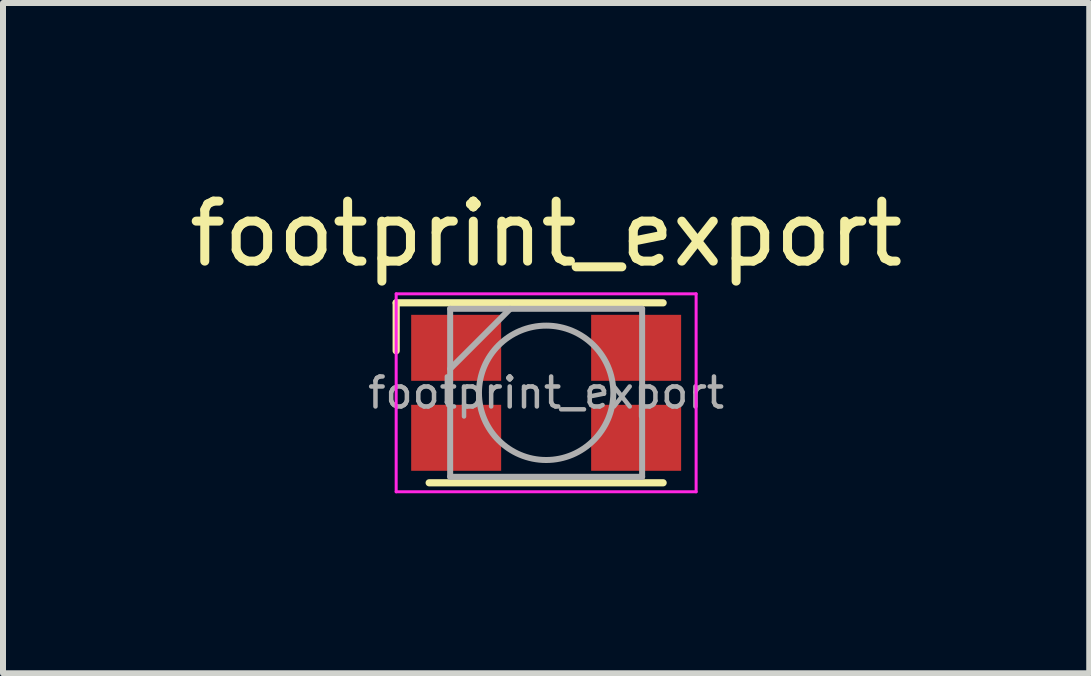
<source format=kicad_pcb>
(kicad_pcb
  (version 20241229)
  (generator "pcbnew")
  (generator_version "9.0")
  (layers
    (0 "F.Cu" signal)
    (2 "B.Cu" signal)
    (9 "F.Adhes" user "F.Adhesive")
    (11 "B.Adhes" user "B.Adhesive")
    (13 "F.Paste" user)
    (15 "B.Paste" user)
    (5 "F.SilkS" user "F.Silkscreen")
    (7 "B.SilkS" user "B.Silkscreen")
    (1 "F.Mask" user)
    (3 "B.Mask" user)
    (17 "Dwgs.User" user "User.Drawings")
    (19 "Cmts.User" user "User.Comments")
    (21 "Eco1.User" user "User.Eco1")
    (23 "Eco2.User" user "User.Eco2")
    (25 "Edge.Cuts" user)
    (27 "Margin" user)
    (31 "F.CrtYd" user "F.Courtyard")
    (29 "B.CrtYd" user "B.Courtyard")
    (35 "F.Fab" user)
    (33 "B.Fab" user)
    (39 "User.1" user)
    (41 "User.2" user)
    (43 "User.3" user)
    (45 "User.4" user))
  (footprint "footprint_export"
    (layer "F.Cu")
    (at 6.054 3.498)
    (property "Reference" "footprint_export" (at 0 -2.65 0) (layer "F.SilkS") (effects (font (size 1 1) (thickness 0.15))))
    (attr smd)
    (fp_line (start -2.5 -1.5) (end 1.95 -1.5) (stroke (width 0.12) (type solid)) (layer "F.SilkS"))
    (fp_line (start -2.5 -0.7) (end -2.5 -1.5) (stroke (width 0.12) (type solid)) (layer "F.SilkS"))
    (fp_line (start -1.95 1.5) (end 1.95 1.5) (stroke (width 0.12) (type solid)) (layer "F.SilkS"))
    (fp_line (start -2.5 -1.65) (end -2.5 1.65) (stroke (width 0.05) (type solid)) (layer "F.CrtYd"))
    (fp_line (start -2.5 -1.65) (end 2.5 -1.65) (stroke (width 0.05) (type solid)) (layer "F.CrtYd"))
    (fp_line (start 2.5 1.65) (end -2.5 1.65) (stroke (width 0.05) (type solid)) (layer "F.CrtYd"))
    (fp_line (start 2.5 1.65) (end 2.5 -1.65) (stroke (width 0.05) (type solid)) (layer "F.CrtYd"))
    (fp_line (start -1.6 -1.4) (end -1.6 1.4) (stroke (width 0.1) (type solid)) (layer "F.Fab"))
    (fp_line (start -1.6 1.4) (end 1.6 1.4) (stroke (width 0.1) (type solid)) (layer "F.Fab"))
    (fp_line (start -0.6 -1.4) (end -1.6 -0.4) (stroke (width 0.1) (type solid)) (layer "F.Fab"))
    (fp_line (start 1.6 -1.4) (end -1.6 -1.4) (stroke (width 0.1) (type solid)) (layer "F.Fab"))
    (fp_line (start 1.6 1.4) (end 1.6 -1.4) (stroke (width 0.1) (type solid)) (layer "F.Fab"))
    (fp_circle (center 0 0) (end 1.12 0) (stroke (width 0.1) (type solid)) (fill no) (layer "F.Fab"))
    (fp_text user "${REFERENCE}" (at 0 0 0) (layer "F.Fab") (effects (font (size 0.5 0.5) (thickness 0.075))))
    (pad "1" smd rect (at -1.5 -0.75) (size 1.5 1.1) (layers "F.Cu" "F.Mask" "F.Paste"))
    (pad "2" smd rect (at 1.5 -0.75) (size 1.5 1.1) (layers "F.Cu" "F.Mask" "F.Paste"))
    (pad "3" smd rect (at 1.5 0.75) (size 1.5 1.1) (layers "F.Cu" "F.Mask" "F.Paste"))
    (pad "4" smd rect (at -1.5 0.75) (size 1.5 1.1) (layers "F.Cu" "F.Mask" "F.Paste")))
  (gr_rect
    (start -3 -3)
    (end 15.107 8.173)
    (stroke (width 0.1) (type default))
    (fill no)
    (layer "Edge.Cuts")))
</source>
